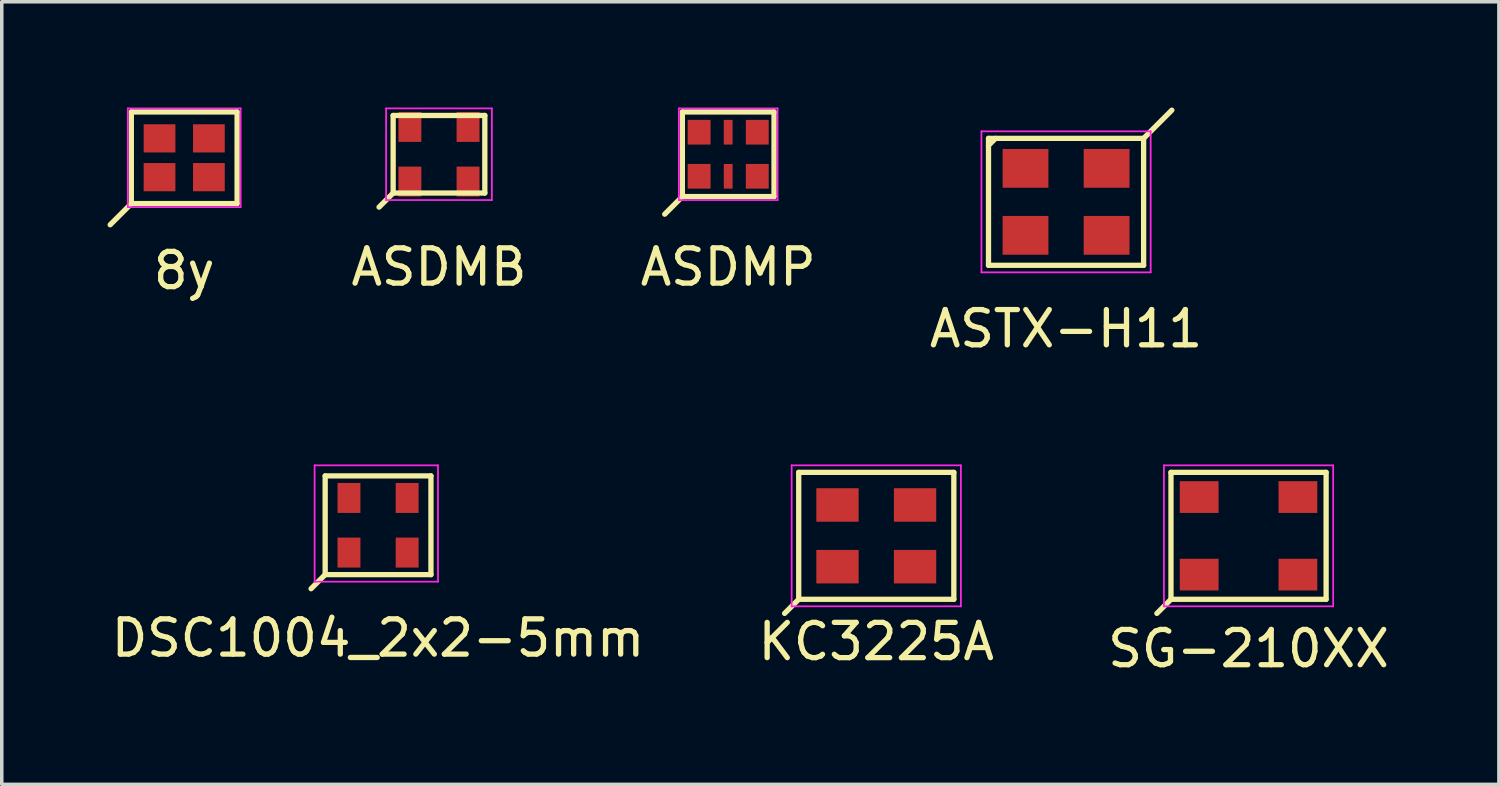
<source format=kicad_pcb>
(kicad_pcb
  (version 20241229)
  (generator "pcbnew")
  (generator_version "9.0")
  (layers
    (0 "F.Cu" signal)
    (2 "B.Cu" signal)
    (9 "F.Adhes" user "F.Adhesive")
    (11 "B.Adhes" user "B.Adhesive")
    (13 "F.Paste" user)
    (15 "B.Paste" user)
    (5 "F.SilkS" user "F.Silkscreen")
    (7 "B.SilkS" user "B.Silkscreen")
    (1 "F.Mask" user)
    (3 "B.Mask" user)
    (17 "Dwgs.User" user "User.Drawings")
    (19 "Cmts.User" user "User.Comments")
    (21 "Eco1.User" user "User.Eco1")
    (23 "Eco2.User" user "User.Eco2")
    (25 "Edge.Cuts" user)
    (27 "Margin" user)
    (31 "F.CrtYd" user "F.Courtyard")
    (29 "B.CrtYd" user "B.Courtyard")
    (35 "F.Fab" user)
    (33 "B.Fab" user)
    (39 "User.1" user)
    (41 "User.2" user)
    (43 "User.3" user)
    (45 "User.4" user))
  (footprint "KC3225A"
    (layer "F.Cu")
    (at 21.804 12.148)
    (property "Reference" "KC3225A" (at 0 3 0) (layer "F.SilkS") (effects (font (size 1 1) (thickness 0.15))))
    (attr smd)
    (fp_line (start -2.2 -1.8) (end -2.2 1.8) (stroke (width 0.15) (type solid)) (layer "F.SilkS"))
    (fp_line (start -2.2 1.8) (end -2.6 2.2) (stroke (width 0.15) (type solid)) (layer "F.SilkS"))
    (fp_line (start 2.2 -1.8) (end -2.2 -1.8) (stroke (width 0.15) (type solid)) (layer "F.SilkS"))
    (fp_line (start 2.2 1.8) (end -2.2 1.8) (stroke (width 0.15) (type solid)) (layer "F.SilkS"))
    (fp_line (start 2.2 1.8) (end 2.2 -1.8) (stroke (width 0.15) (type solid)) (layer "F.SilkS"))
    (fp_line (start -2.4 -2) (end -2.4 2) (stroke (width 0.05) (type solid)) (layer "F.CrtYd"))
    (fp_line (start 2.4 -2) (end -2.4 -2) (stroke (width 0.05) (type solid)) (layer "F.CrtYd"))
    (fp_line (start 2.4 2) (end -2.4 2) (stroke (width 0.05) (type solid)) (layer "F.CrtYd"))
    (fp_line (start 2.4 2) (end 2.4 -2) (stroke (width 0.05) (type solid)) (layer "F.CrtYd"))
    (pad "1" smd rect (at -1.1 0.875) (size 1.2 0.95) (layers "F.Cu" "F.Mask" "F.Paste"))
    (pad "2" smd rect (at 1.1 0.875) (size 1.2 0.95) (layers "F.Cu" "F.Mask" "F.Paste"))
    (pad "3" smd rect (at 1.1 -0.875) (size 1.2 0.95) (layers "F.Cu" "F.Mask" "F.Paste"))
    (pad "4" smd rect (at -1.1 -0.875) (size 1.2 0.95) (layers "F.Cu" "F.Mask" "F.Paste")))
  (footprint "8y"
    (layer "F.Cu")
    (at 2.175 1.425)
    (property "Reference" "8y" (at 0 3.2 0) (layer "F.SilkS") (effects (font (size 1 1) (thickness 0.15))))
    (attr smd)
    (fp_line (start -1.5 -1.3) (end -1.5 1.3) (stroke (width 0.15) (type solid)) (layer "F.SilkS"))
    (fp_line (start -1.5 -1.3) (end 1.5 -1.3) (stroke (width 0.15) (type solid)) (layer "F.SilkS"))
    (fp_line (start -1.5 1.3) (end -2.1 1.9) (stroke (width 0.15) (type solid)) (layer "F.SilkS"))
    (fp_line (start -1.5 1.3) (end 1.5 1.3) (stroke (width 0.15) (type solid)) (layer "F.SilkS"))
    (fp_line (start 1.5 -1.3) (end 1.5 1.3) (stroke (width 0.15) (type solid)) (layer "F.SilkS"))
    (fp_line (start -1.6 -1.4) (end -1.6 1.4) (stroke (width 0.05) (type solid)) (layer "F.CrtYd"))
    (fp_line (start -1.6 -1.4) (end 1.6 -1.4) (stroke (width 0.05) (type solid)) (layer "F.CrtYd"))
    (fp_line (start -1.6 1.4) (end 1.6 1.4) (stroke (width 0.05) (type solid)) (layer "F.CrtYd"))
    (fp_line (start 1.6 -1.4) (end 1.6 1.4) (stroke (width 0.05) (type solid)) (layer "F.CrtYd"))
    (pad "1" smd rect (at -0.7 0.55) (size 0.9 0.8) (layers "F.Cu" "F.Mask" "F.Paste"))
    (pad "2" smd rect (at 0.7 0.55) (size 0.9 0.8) (layers "F.Cu" "F.Mask" "F.Paste"))
    (pad "3" smd rect (at 0.7 -0.55) (size 0.9 0.8) (layers "F.Cu" "F.Mask" "F.Paste"))
    (pad "4" smd rect (at -0.7 -0.55) (size 0.9 0.8) (layers "F.Cu" "F.Mask" "F.Paste")))
  (footprint "ASDMB"
    (layer "F.Cu")
    (at 9.401 1.325)
    (property "Reference" "ASDMB" (at 0 3.2 0) (layer "F.SilkS") (effects (font (size 1 1) (thickness 0.15))))
    (attr smd)
    (fp_line (start -1.3 -1.1) (end -1.3 1.1) (stroke (width 0.15) (type solid)) (layer "F.SilkS"))
    (fp_line (start -1.3 1.1) (end -1.7 1.5) (stroke (width 0.15) (type solid)) (layer "F.SilkS"))
    (fp_line (start -1.3 1.1) (end 1.3 1.1) (stroke (width 0.15) (type solid)) (layer "F.SilkS"))
    (fp_line (start 1.3 -1.1) (end -1.3 -1.1) (stroke (width 0.15) (type solid)) (layer "F.SilkS"))
    (fp_line (start 1.3 1.1) (end 1.3 -1.1) (stroke (width 0.15) (type solid)) (layer "F.SilkS"))
    (fp_line (start -1.5 -1.3) (end -1.5 1.3) (stroke (width 0.05) (type solid)) (layer "F.CrtYd"))
    (fp_line (start -1.5 1.3) (end 1.5 1.3) (stroke (width 0.05) (type solid)) (layer "F.CrtYd"))
    (fp_line (start 1.5 -1.3) (end -1.5 -1.3) (stroke (width 0.05) (type solid)) (layer "F.CrtYd"))
    (fp_line (start 1.5 1.3) (end 1.5 -1.3) (stroke (width 0.05) (type solid)) (layer "F.CrtYd"))
    (pad "1" smd rect (at -0.825 0.775) (size 0.65 0.85) (layers "F.Cu" "F.Mask" "F.Paste"))
    (pad "2" smd rect (at 0.825 0.775) (size 0.65 0.85) (layers "F.Cu" "F.Mask" "F.Paste"))
    (pad "3" smd rect (at 0.825 -0.775) (size 0.65 0.85) (layers "F.Cu" "F.Mask" "F.Paste"))
    (pad "4" smd rect (at -0.825 -0.775) (size 0.65 0.85) (layers "F.Cu" "F.Mask" "F.Paste")))
  (footprint "ASTX-H11"
    (layer "F.Cu")
    (at 27.187 2.675)
    (property "Reference" "ASTX-H11" (at 0 3.6 0) (layer "F.SilkS") (effects (font (size 1 1) (thickness 0.15))))
    (attr smd)
    (fp_line (start -2.2 -1.8) (end -2.2 1.8) (stroke (width 0.15) (type solid)) (layer "F.SilkS"))
    (fp_line (start -2.2 -1.6) (end -2 -1.8) (stroke (width 0.15) (type solid)) (layer "F.SilkS"))
    (fp_line (start -2.2 1.8) (end 2.2 1.8) (stroke (width 0.15) (type solid)) (layer "F.SilkS"))
    (fp_line (start 2.2 -1.8) (end -2.2 -1.8) (stroke (width 0.15) (type solid)) (layer "F.SilkS"))
    (fp_line (start 2.2 -1.8) (end 3 -2.6) (stroke (width 0.15) (type solid)) (layer "F.SilkS"))
    (fp_line (start 2.2 1.8) (end 2.2 -1.8) (stroke (width 0.15) (type solid)) (layer "F.SilkS"))
    (fp_line (start -2.4 -2) (end 2.4 -2) (stroke (width 0.05) (type solid)) (layer "F.CrtYd"))
    (fp_line (start -2.4 2) (end -2.4 -2) (stroke (width 0.05) (type solid)) (layer "F.CrtYd"))
    (fp_line (start 2.4 -2) (end 2.4 2) (stroke (width 0.05) (type solid)) (layer "F.CrtYd"))
    (fp_line (start 2.4 2) (end -2.4 2) (stroke (width 0.05) (type solid)) (layer "F.CrtYd"))
    (pad "1" smd rect (at 1.15 -0.95) (size 1.3 1.1) (layers "F.Cu" "F.Mask" "F.Paste"))
    (pad "2" smd rect (at -1.15 -0.95) (size 1.3 1.1) (layers "F.Cu" "F.Mask" "F.Paste"))
    (pad "3" smd rect (at -1.15 0.95) (size 1.3 1.1) (layers "F.Cu" "F.Mask" "F.Paste"))
    (pad "4" smd rect (at 1.15 0.95) (size 1.3 1.1) (layers "F.Cu" "F.Mask" "F.Paste")))
  (footprint "DSC1004_2x2-5mm"
    (layer "F.Cu")
    (at 7.673 11.848)
    (property "Reference" "DSC1004_2x2-5mm" (at 0 3.2 0) (layer "F.SilkS") (effects (font (size 1 1) (thickness 0.15))))
    (attr smd)
    (fp_line (start -1.5 -1.4) (end -1.5 1.4) (stroke (width 0.15) (type solid)) (layer "F.SilkS"))
    (fp_line (start -1.5 1.4) (end -1.9 1.8) (stroke (width 0.15) (type solid)) (layer "F.SilkS"))
    (fp_line (start -1.5 1.4) (end 1.5 1.4) (stroke (width 0.15) (type solid)) (layer "F.SilkS"))
    (fp_line (start 1.5 -1.4) (end -1.5 -1.4) (stroke (width 0.15) (type solid)) (layer "F.SilkS"))
    (fp_line (start 1.5 1.4) (end 1.5 -1.4) (stroke (width 0.15) (type solid)) (layer "F.SilkS"))
    (fp_line (start -1.8 1.6) (end -1.8 -1.7) (stroke (width 0.05) (type solid)) (layer "F.CrtYd"))
    (fp_line (start 1.7 -1.7) (end -1.8 -1.7) (stroke (width 0.05) (type solid)) (layer "F.CrtYd"))
    (fp_line (start 1.7 1.6) (end -1.8 1.6) (stroke (width 0.05) (type solid)) (layer "F.CrtYd"))
    (fp_line (start 1.7 1.6) (end 1.7 -1.7) (stroke (width 0.05) (type solid)) (layer "F.CrtYd"))
    (pad "1" smd rect (at -0.825 0.775) (size 0.65 0.85) (layers "F.Cu" "F.Mask" "F.Paste"))
    (pad "2" smd rect (at 0.825 0.775) (size 0.65 0.85) (layers "F.Cu" "F.Mask" "F.Paste"))
    (pad "3" smd rect (at 0.825 -0.775) (size 0.65 0.85) (layers "F.Cu" "F.Mask" "F.Paste"))
    (pad "4" smd rect (at -0.825 -0.775) (size 0.65 0.85) (layers "F.Cu" "F.Mask" "F.Paste")))
  (footprint "SG-210XX"
    (layer "F.Cu")
    (at 32.363 12.148)
    (property "Reference" "SG-210XX" (at 0 3.2 0) (layer "F.SilkS") (effects (font (size 1 1) (thickness 0.15))))
    (attr smd)
    (fp_line (start -2.2 -1.8) (end -2.2 1.8) (stroke (width 0.15) (type solid)) (layer "F.SilkS"))
    (fp_line (start -2.2 1.8) (end -2.6 2.2) (stroke (width 0.15) (type solid)) (layer "F.SilkS"))
    (fp_line (start -2.2 1.8) (end 2.2 1.8) (stroke (width 0.15) (type solid)) (layer "F.SilkS"))
    (fp_line (start 2.2 -1.8) (end -2.2 -1.8) (stroke (width 0.15) (type solid)) (layer "F.SilkS"))
    (fp_line (start 2.2 1.8) (end 2.2 -1.8) (stroke (width 0.15) (type solid)) (layer "F.SilkS"))
    (fp_line (start -2.4 2) (end -2.4 -2) (stroke (width 0.05) (type solid)) (layer "F.CrtYd"))
    (fp_line (start 2.4 -2) (end -2.4 -2) (stroke (width 0.05) (type solid)) (layer "F.CrtYd"))
    (fp_line (start 2.4 2) (end -2.4 2) (stroke (width 0.05) (type solid)) (layer "F.CrtYd"))
    (fp_line (start 2.4 2) (end 2.4 -2) (stroke (width 0.05) (type solid)) (layer "F.CrtYd"))
    (pad "1" smd rect (at -1.4 1.1) (size 1.1 0.9) (layers "F.Cu" "F.Mask" "F.Paste"))
    (pad "2" smd rect (at 1.4 1.1) (size 1.1 0.9) (layers "F.Cu" "F.Mask" "F.Paste"))
    (pad "3" smd rect (at 1.4 -1.1) (size 1.1 0.9) (layers "F.Cu" "F.Mask" "F.Paste"))
    (pad "4" smd rect (at -1.4 -1.1) (size 1.1 0.9) (layers "F.Cu" "F.Mask" "F.Paste")))
  (footprint "ASDMP"
    (layer "F.Cu")
    (at 17.604 1.325)
    (property "Reference" "ASDMP" (at 0 3.2 0) (layer "F.SilkS") (effects (font (size 1 1) (thickness 0.15))))
    (attr smd)
    (fp_line (start -1.3 -1.2) (end -1.3 1.2) (stroke (width 0.15) (type solid)) (layer "F.SilkS"))
    (fp_line (start -1.3 -1.2) (end 1.3 -1.2) (stroke (width 0.15) (type solid)) (layer "F.SilkS"))
    (fp_line (start -1.3 1.2) (end -1.8 1.7) (stroke (width 0.15) (type solid)) (layer "F.SilkS"))
    (fp_line (start -1.3 1.2) (end 1.3 1.2) (stroke (width 0.15) (type solid)) (layer "F.SilkS"))
    (fp_line (start 1.3 -1.2) (end 1.3 1.2) (stroke (width 0.15) (type solid)) (layer "F.SilkS"))
    (fp_line (start -1.4 -1.3) (end -1.4 1.3) (stroke (width 0.05) (type solid)) (layer "F.CrtYd"))
    (fp_line (start -1.4 -1.3) (end 1.4 -1.3) (stroke (width 0.05) (type solid)) (layer "F.CrtYd"))
    (fp_line (start -1.4 1.3) (end 1.4 1.3) (stroke (width 0.05) (type solid)) (layer "F.CrtYd"))
    (fp_line (start 1.4 -1.3) (end 1.4 1.3) (stroke (width 0.05) (type solid)) (layer "F.CrtYd"))
    (pad "1" smd rect (at -0.825 0.625) (size 0.65 0.7) (layers "F.Cu" "F.Mask" "F.Paste"))
    (pad "2" smd rect (at 0 0.625) (size 0.25 0.7) (layers "F.Cu" "F.Mask" "F.Paste"))
    (pad "3" smd rect (at 0.825 0.625) (size 0.65 0.7) (layers "F.Cu" "F.Mask" "F.Paste"))
    (pad "4" smd rect (at 0.825 -0.625) (size 0.65 0.7) (layers "F.Cu" "F.Mask" "F.Paste"))
    (pad "5" smd rect (at 0 -0.625) (size 0.25 0.7) (layers "F.Cu" "F.Mask" "F.Paste"))
    (pad "6" smd rect (at -0.825 -0.625) (size 0.65 0.7) (layers "F.Cu" "F.Mask" "F.Paste")))
  (gr_rect
    (start -3 -3)
    (end 39.464 19.197)
    (stroke (width 0.1) (type default))
    (fill no)
    (layer "Edge.Cuts")))
</source>
